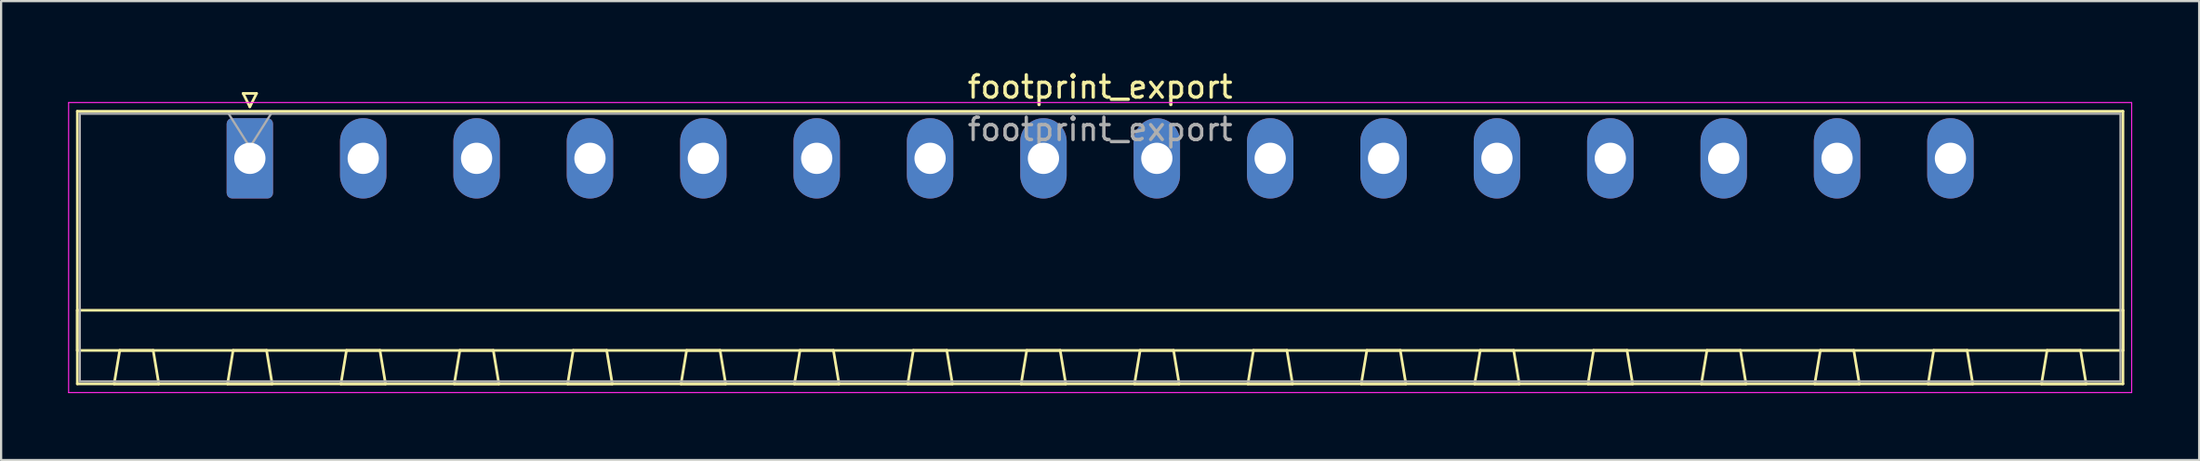
<source format=kicad_pcb>
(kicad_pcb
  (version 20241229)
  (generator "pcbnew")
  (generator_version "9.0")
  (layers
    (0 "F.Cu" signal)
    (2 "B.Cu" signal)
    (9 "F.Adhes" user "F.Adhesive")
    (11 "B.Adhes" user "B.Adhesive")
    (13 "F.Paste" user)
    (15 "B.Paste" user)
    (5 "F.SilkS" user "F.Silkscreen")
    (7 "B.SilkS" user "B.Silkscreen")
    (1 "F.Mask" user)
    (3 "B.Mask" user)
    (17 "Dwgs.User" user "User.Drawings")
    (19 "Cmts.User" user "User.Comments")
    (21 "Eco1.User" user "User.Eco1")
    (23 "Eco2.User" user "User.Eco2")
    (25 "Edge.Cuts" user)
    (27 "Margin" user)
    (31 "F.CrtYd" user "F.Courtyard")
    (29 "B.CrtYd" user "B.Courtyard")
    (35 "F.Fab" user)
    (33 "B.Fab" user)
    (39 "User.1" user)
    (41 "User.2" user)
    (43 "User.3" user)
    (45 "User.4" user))
  (footprint "footprint_export"
    (layer "F.Cu")
    (at 8.145 4.048)
    (property "Reference" "footprint_export" (at 38.1 -3.2 0) (layer "F.SilkS") (effects (font (size 1 1) (thickness 0.15))))
    (attr through_hole)
    (fp_line (start -7.73 -2.11) (end -7.73 10.11) (stroke (width 0.12) (type solid)) (layer "F.SilkS"))
    (fp_line (start -7.73 6.81) (end 83.93 6.81) (stroke (width 0.12) (type solid)) (layer "F.SilkS"))
    (fp_line (start -7.73 8.61) (end -7.73 6.81) (stroke (width 0.12) (type solid)) (layer "F.SilkS"))
    (fp_line (start -7.73 10.11) (end 83.93 10.11) (stroke (width 0.12) (type solid)) (layer "F.SilkS"))
    (fp_line (start -6.08 10.11) (end -4.08 10.11) (stroke (width 0.12) (type solid)) (layer "F.SilkS"))
    (fp_line (start -5.83 8.61) (end -6.08 10.11) (stroke (width 0.12) (type solid)) (layer "F.SilkS"))
    (fp_line (start -4.33 8.61) (end -5.83 8.61) (stroke (width 0.12) (type solid)) (layer "F.SilkS"))
    (fp_line (start -4.08 10.11) (end -4.33 8.61) (stroke (width 0.12) (type solid)) (layer "F.SilkS"))
    (fp_line (start -1 10.11) (end 1 10.11) (stroke (width 0.12) (type solid)) (layer "F.SilkS"))
    (fp_line (start -0.75 8.61) (end -1 10.11) (stroke (width 0.12) (type solid)) (layer "F.SilkS"))
    (fp_line (start -0.3 -2.91) (end 0.3 -2.91) (stroke (width 0.12) (type solid)) (layer "F.SilkS"))
    (fp_line (start 0 -2.31) (end -0.3 -2.91) (stroke (width 0.12) (type solid)) (layer "F.SilkS"))
    (fp_line (start 0.3 -2.91) (end 0 -2.31) (stroke (width 0.12) (type solid)) (layer "F.SilkS"))
    (fp_line (start 0.75 8.61) (end -0.75 8.61) (stroke (width 0.12) (type solid)) (layer "F.SilkS"))
    (fp_line (start 1 10.11) (end 0.75 8.61) (stroke (width 0.12) (type solid)) (layer "F.SilkS"))
    (fp_line (start 4.08 10.11) (end 6.08 10.11) (stroke (width 0.12) (type solid)) (layer "F.SilkS"))
    (fp_line (start 4.33 8.61) (end 4.08 10.11) (stroke (width 0.12) (type solid)) (layer "F.SilkS"))
    (fp_line (start 5.83 8.61) (end 4.33 8.61) (stroke (width 0.12) (type solid)) (layer "F.SilkS"))
    (fp_line (start 6.08 10.11) (end 5.83 8.61) (stroke (width 0.12) (type solid)) (layer "F.SilkS"))
    (fp_line (start 9.16 10.11) (end 11.16 10.11) (stroke (width 0.12) (type solid)) (layer "F.SilkS"))
    (fp_line (start 9.41 8.61) (end 9.16 10.11) (stroke (width 0.12) (type solid)) (layer "F.SilkS"))
    (fp_line (start 10.91 8.61) (end 9.41 8.61) (stroke (width 0.12) (type solid)) (layer "F.SilkS"))
    (fp_line (start 11.16 10.11) (end 10.91 8.61) (stroke (width 0.12) (type solid)) (layer "F.SilkS"))
    (fp_line (start 14.24 10.11) (end 16.24 10.11) (stroke (width 0.12) (type solid)) (layer "F.SilkS"))
    (fp_line (start 14.49 8.61) (end 14.24 10.11) (stroke (width 0.12) (type solid)) (layer "F.SilkS"))
    (fp_line (start 15.99 8.61) (end 14.49 8.61) (stroke (width 0.12) (type solid)) (layer "F.SilkS"))
    (fp_line (start 16.24 10.11) (end 15.99 8.61) (stroke (width 0.12) (type solid)) (layer "F.SilkS"))
    (fp_line (start 19.32 10.11) (end 21.32 10.11) (stroke (width 0.12) (type solid)) (layer "F.SilkS"))
    (fp_line (start 19.57 8.61) (end 19.32 10.11) (stroke (width 0.12) (type solid)) (layer "F.SilkS"))
    (fp_line (start 21.07 8.61) (end 19.57 8.61) (stroke (width 0.12) (type solid)) (layer "F.SilkS"))
    (fp_line (start 21.32 10.11) (end 21.07 8.61) (stroke (width 0.12) (type solid)) (layer "F.SilkS"))
    (fp_line (start 24.4 10.11) (end 26.4 10.11) (stroke (width 0.12) (type solid)) (layer "F.SilkS"))
    (fp_line (start 24.65 8.61) (end 24.4 10.11) (stroke (width 0.12) (type solid)) (layer "F.SilkS"))
    (fp_line (start 26.15 8.61) (end 24.65 8.61) (stroke (width 0.12) (type solid)) (layer "F.SilkS"))
    (fp_line (start 26.4 10.11) (end 26.15 8.61) (stroke (width 0.12) (type solid)) (layer "F.SilkS"))
    (fp_line (start 29.48 10.11) (end 31.48 10.11) (stroke (width 0.12) (type solid)) (layer "F.SilkS"))
    (fp_line (start 29.73 8.61) (end 29.48 10.11) (stroke (width 0.12) (type solid)) (layer "F.SilkS"))
    (fp_line (start 31.23 8.61) (end 29.73 8.61) (stroke (width 0.12) (type solid)) (layer "F.SilkS"))
    (fp_line (start 31.48 10.11) (end 31.23 8.61) (stroke (width 0.12) (type solid)) (layer "F.SilkS"))
    (fp_line (start 34.56 10.11) (end 36.56 10.11) (stroke (width 0.12) (type solid)) (layer "F.SilkS"))
    (fp_line (start 34.81 8.61) (end 34.56 10.11) (stroke (width 0.12) (type solid)) (layer "F.SilkS"))
    (fp_line (start 36.31 8.61) (end 34.81 8.61) (stroke (width 0.12) (type solid)) (layer "F.SilkS"))
    (fp_line (start 36.56 10.11) (end 36.31 8.61) (stroke (width 0.12) (type solid)) (layer "F.SilkS"))
    (fp_line (start 39.64 10.11) (end 41.64 10.11) (stroke (width 0.12) (type solid)) (layer "F.SilkS"))
    (fp_line (start 39.89 8.61) (end 39.64 10.11) (stroke (width 0.12) (type solid)) (layer "F.SilkS"))
    (fp_line (start 41.39 8.61) (end 39.89 8.61) (stroke (width 0.12) (type solid)) (layer "F.SilkS"))
    (fp_line (start 41.64 10.11) (end 41.39 8.61) (stroke (width 0.12) (type solid)) (layer "F.SilkS"))
    (fp_line (start 44.72 10.11) (end 46.72 10.11) (stroke (width 0.12) (type solid)) (layer "F.SilkS"))
    (fp_line (start 44.97 8.61) (end 44.72 10.11) (stroke (width 0.12) (type solid)) (layer "F.SilkS"))
    (fp_line (start 46.47 8.61) (end 44.97 8.61) (stroke (width 0.12) (type solid)) (layer "F.SilkS"))
    (fp_line (start 46.72 10.11) (end 46.47 8.61) (stroke (width 0.12) (type solid)) (layer "F.SilkS"))
    (fp_line (start 49.8 10.11) (end 51.8 10.11) (stroke (width 0.12) (type solid)) (layer "F.SilkS"))
    (fp_line (start 50.05 8.61) (end 49.8 10.11) (stroke (width 0.12) (type solid)) (layer "F.SilkS"))
    (fp_line (start 51.55 8.61) (end 50.05 8.61) (stroke (width 0.12) (type solid)) (layer "F.SilkS"))
    (fp_line (start 51.8 10.11) (end 51.55 8.61) (stroke (width 0.12) (type solid)) (layer "F.SilkS"))
    (fp_line (start 54.88 10.11) (end 56.88 10.11) (stroke (width 0.12) (type solid)) (layer "F.SilkS"))
    (fp_line (start 55.13 8.61) (end 54.88 10.11) (stroke (width 0.12) (type solid)) (layer "F.SilkS"))
    (fp_line (start 56.63 8.61) (end 55.13 8.61) (stroke (width 0.12) (type solid)) (layer "F.SilkS"))
    (fp_line (start 56.88 10.11) (end 56.63 8.61) (stroke (width 0.12) (type solid)) (layer "F.SilkS"))
    (fp_line (start 59.96 10.11) (end 61.96 10.11) (stroke (width 0.12) (type solid)) (layer "F.SilkS"))
    (fp_line (start 60.21 8.61) (end 59.96 10.11) (stroke (width 0.12) (type solid)) (layer "F.SilkS"))
    (fp_line (start 61.71 8.61) (end 60.21 8.61) (stroke (width 0.12) (type solid)) (layer "F.SilkS"))
    (fp_line (start 61.96 10.11) (end 61.71 8.61) (stroke (width 0.12) (type solid)) (layer "F.SilkS"))
    (fp_line (start 65.04 10.11) (end 67.04 10.11) (stroke (width 0.12) (type solid)) (layer "F.SilkS"))
    (fp_line (start 65.29 8.61) (end 65.04 10.11) (stroke (width 0.12) (type solid)) (layer "F.SilkS"))
    (fp_line (start 66.79 8.61) (end 65.29 8.61) (stroke (width 0.12) (type solid)) (layer "F.SilkS"))
    (fp_line (start 67.04 10.11) (end 66.79 8.61) (stroke (width 0.12) (type solid)) (layer "F.SilkS"))
    (fp_line (start 70.12 10.11) (end 72.12 10.11) (stroke (width 0.12) (type solid)) (layer "F.SilkS"))
    (fp_line (start 70.37 8.61) (end 70.12 10.11) (stroke (width 0.12) (type solid)) (layer "F.SilkS"))
    (fp_line (start 71.87 8.61) (end 70.37 8.61) (stroke (width 0.12) (type solid)) (layer "F.SilkS"))
    (fp_line (start 72.12 10.11) (end 71.87 8.61) (stroke (width 0.12) (type solid)) (layer "F.SilkS"))
    (fp_line (start 75.2 10.11) (end 77.2 10.11) (stroke (width 0.12) (type solid)) (layer "F.SilkS"))
    (fp_line (start 75.45 8.61) (end 75.2 10.11) (stroke (width 0.12) (type solid)) (layer "F.SilkS"))
    (fp_line (start 76.95 8.61) (end 75.45 8.61) (stroke (width 0.12) (type solid)) (layer "F.SilkS"))
    (fp_line (start 77.2 10.11) (end 76.95 8.61) (stroke (width 0.12) (type solid)) (layer "F.SilkS"))
    (fp_line (start 80.28 10.11) (end 82.28 10.11) (stroke (width 0.12) (type solid)) (layer "F.SilkS"))
    (fp_line (start 80.53 8.61) (end 80.28 10.11) (stroke (width 0.12) (type solid)) (layer "F.SilkS"))
    (fp_line (start 82.03 8.61) (end 80.53 8.61) (stroke (width 0.12) (type solid)) (layer "F.SilkS"))
    (fp_line (start 82.28 10.11) (end 82.03 8.61) (stroke (width 0.12) (type solid)) (layer "F.SilkS"))
    (fp_line (start 83.93 -2.11) (end -7.73 -2.11) (stroke (width 0.12) (type solid)) (layer "F.SilkS"))
    (fp_line (start 83.93 6.81) (end 83.93 8.61) (stroke (width 0.12) (type solid)) (layer "F.SilkS"))
    (fp_line (start 83.93 8.61) (end -7.73 8.61) (stroke (width 0.12) (type solid)) (layer "F.SilkS"))
    (fp_line (start 83.93 10.11) (end 83.93 -2.11) (stroke (width 0.12) (type solid)) (layer "F.SilkS"))
    (fp_line (start -8.12 -2.5) (end -8.12 10.5) (stroke (width 0.05) (type solid)) (layer "F.CrtYd"))
    (fp_line (start -8.12 10.5) (end 84.32 10.5) (stroke (width 0.05) (type solid)) (layer "F.CrtYd"))
    (fp_line (start 84.32 -2.5) (end -8.12 -2.5) (stroke (width 0.05) (type solid)) (layer "F.CrtYd"))
    (fp_line (start 84.32 10.5) (end 84.32 -2.5) (stroke (width 0.05) (type solid)) (layer "F.CrtYd"))
    (fp_line (start -7.62 -2) (end -7.62 10) (stroke (width 0.1) (type solid)) (layer "F.Fab"))
    (fp_line (start -7.62 10) (end 83.82 10) (stroke (width 0.1) (type solid)) (layer "F.Fab"))
    (fp_line (start 0 -0.5) (end -0.95 -2) (stroke (width 0.1) (type solid)) (layer "F.Fab"))
    (fp_line (start 0.95 -2) (end 0 -0.5) (stroke (width 0.1) (type solid)) (layer "F.Fab"))
    (fp_line (start 83.82 -2) (end -7.62 -2) (stroke (width 0.1) (type solid)) (layer "F.Fab"))
    (fp_line (start 83.82 10) (end 83.82 -2) (stroke (width 0.1) (type solid)) (layer "F.Fab"))
    (fp_text user "${REFERENCE}" (at 38.1 -1.3 0) (layer "F.Fab") (effects (font (size 1 1) (thickness 0.15))))
    (pad "1" thru_hole roundrect (at 0 0) (size 2.08 3.6) (drill 1.4) (layers "*.Cu" "*.Mask") (roundrect_rratio 0.12))
    (pad "2" thru_hole oval (at 5.08 0) (size 2.08 3.6) (drill 1.4) (layers "*.Cu" "*.Mask"))
    (pad "3" thru_hole oval (at 10.16 0) (size 2.08 3.6) (drill 1.4) (layers "*.Cu" "*.Mask"))
    (pad "4" thru_hole oval (at 15.24 0) (size 2.08 3.6) (drill 1.4) (layers "*.Cu" "*.Mask"))
    (pad "5" thru_hole oval (at 20.32 0) (size 2.08 3.6) (drill 1.4) (layers "*.Cu" "*.Mask"))
    (pad "6" thru_hole oval (at 25.4 0) (size 2.08 3.6) (drill 1.4) (layers "*.Cu" "*.Mask"))
    (pad "7" thru_hole oval (at 30.48 0) (size 2.08 3.6) (drill 1.4) (layers "*.Cu" "*.Mask"))
    (pad "8" thru_hole oval (at 35.56 0) (size 2.08 3.6) (drill 1.4) (layers "*.Cu" "*.Mask"))
    (pad "9" thru_hole oval (at 40.64 0) (size 2.08 3.6) (drill 1.4) (layers "*.Cu" "*.Mask"))
    (pad "10" thru_hole oval (at 45.72 0) (size 2.08 3.6) (drill 1.4) (layers "*.Cu" "*.Mask"))
    (pad "11" thru_hole oval (at 50.8 0) (size 2.08 3.6) (drill 1.4) (layers "*.Cu" "*.Mask"))
    (pad "12" thru_hole oval (at 55.88 0) (size 2.08 3.6) (drill 1.4) (layers "*.Cu" "*.Mask"))
    (pad "13" thru_hole oval (at 60.96 0) (size 2.08 3.6) (drill 1.4) (layers "*.Cu" "*.Mask"))
    (pad "14" thru_hole oval (at 66.04 0) (size 2.08 3.6) (drill 1.4) (layers "*.Cu" "*.Mask"))
    (pad "15" thru_hole oval (at 71.12 0) (size 2.08 3.6) (drill 1.4) (layers "*.Cu" "*.Mask"))
    (pad "16" thru_hole oval (at 76.2 0) (size 2.08 3.6) (drill 1.4) (layers "*.Cu" "*.Mask")))
  (gr_rect
    (start -3 -3)
    (end 95.49 17.573)
    (stroke (width 0.1) (type default))
    (fill no)
    (layer "Edge.Cuts")))
</source>
